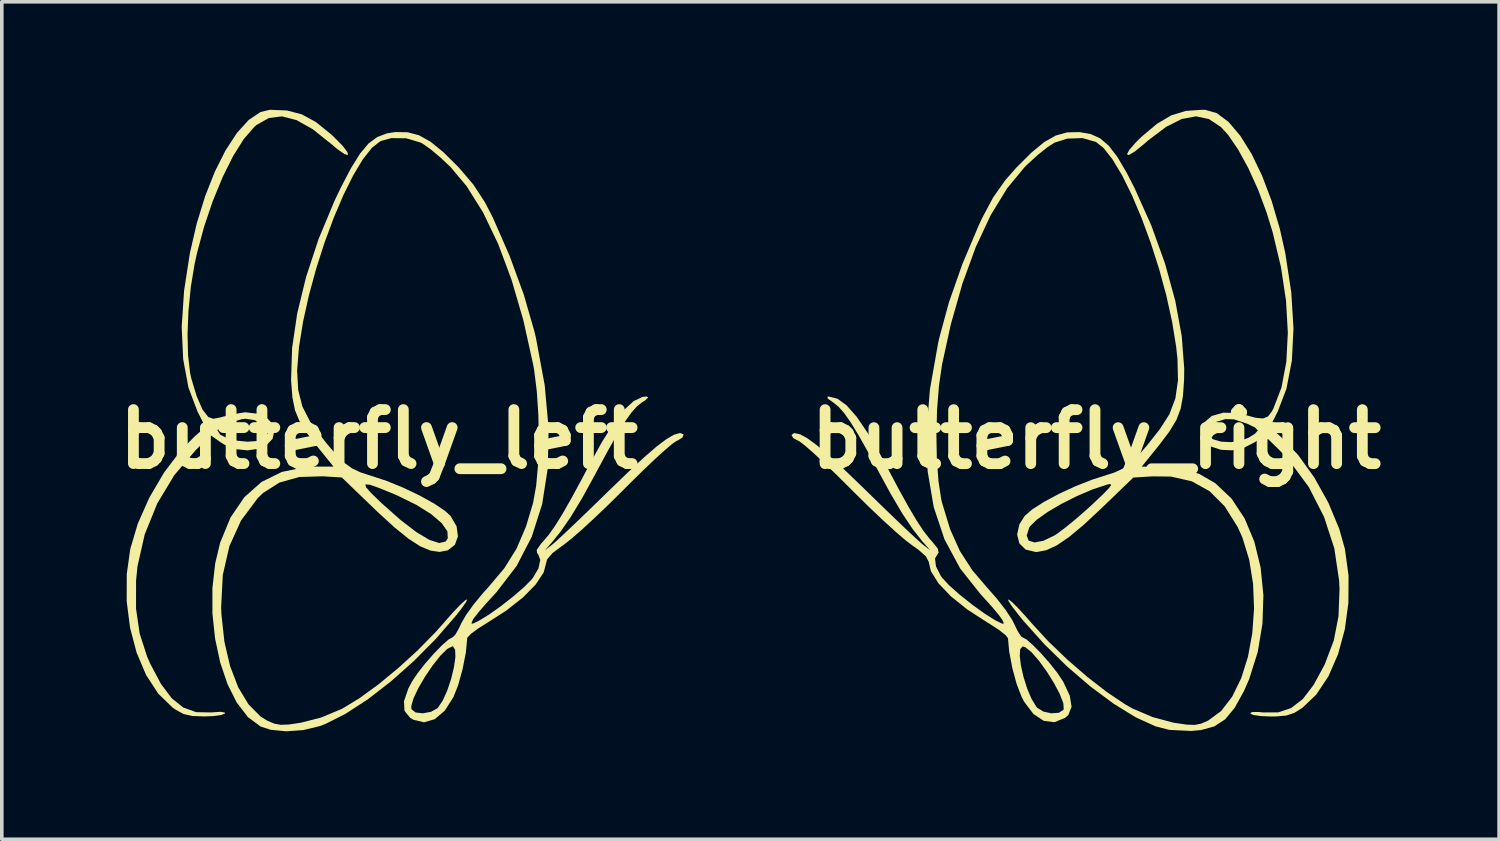
<source format=kicad_pcb>
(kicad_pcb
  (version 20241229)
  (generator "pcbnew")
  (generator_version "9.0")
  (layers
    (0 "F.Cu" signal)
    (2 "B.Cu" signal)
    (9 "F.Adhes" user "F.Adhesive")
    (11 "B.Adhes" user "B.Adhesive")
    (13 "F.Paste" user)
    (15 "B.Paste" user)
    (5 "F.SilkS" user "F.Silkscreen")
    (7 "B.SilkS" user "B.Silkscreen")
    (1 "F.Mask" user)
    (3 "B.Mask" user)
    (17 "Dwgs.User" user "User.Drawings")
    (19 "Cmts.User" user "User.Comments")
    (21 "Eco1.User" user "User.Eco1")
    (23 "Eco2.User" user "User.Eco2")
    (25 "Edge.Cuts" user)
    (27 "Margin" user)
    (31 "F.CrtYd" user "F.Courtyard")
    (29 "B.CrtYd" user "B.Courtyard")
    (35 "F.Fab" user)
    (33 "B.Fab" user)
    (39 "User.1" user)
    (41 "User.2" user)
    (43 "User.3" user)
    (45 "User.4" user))
  (footprint "butterfly_right"
    (layer "F.Cu")
    (at 27.413 9.155)
    (property "Reference" "butterfly_right" (at 0 0 0) (layer "F.SilkS") (effects (font (size 1.5 1.5) (thickness 0.3))))
    (attr board_only exclude_from_pos_files exclude_from_bom)
    (fp_poly (pts (xy 3.029 -9.153) (xy 3.349 -9.061) (xy 3.677 -8.816) (xy 4.001 -8.433) (xy 4.315 -7.93) (xy 4.608 -7.32) (xy 4.873 -6.621) (xy 5.1 -5.848) (xy 5.253 -5.168) (xy 5.419 -4.076) (xy 5.48 -3.078) (xy 5.435 -2.184) (xy 5.284 -1.403) (xy 5.043 -0.772) (xy 4.822 -0.337) (xy 5.119 -0.076) (xy 5.605 0.433) (xy 6.058 1.063) (xy 6.449 1.765) (xy 6.751 2.489) (xy 6.909 3.051) (xy 7.01 3.792) (xy 7.006 4.545) (xy 6.907 5.28) (xy 6.72 5.97) (xy 6.452 6.586) (xy 6.111 7.098) (xy 5.729 7.462) (xy 5.504 7.604) (xy 5.287 7.677) (xy 5.003 7.703) (xy 4.861 7.705) (xy 4.576 7.693) (xy 4.364 7.662) (xy 4.278 7.624) (xy 4.32 7.582) (xy 4.505 7.579) (xy 4.641 7.592) (xy 5.055 7.59) (xy 5.415 7.47) (xy 5.738 7.22) (xy 6.04 6.826) (xy 6.337 6.278) (xy 6.354 6.241) (xy 6.599 5.594) (xy 6.731 4.92) (xy 6.759 4.169) (xy 6.748 3.929) (xy 6.615 3.035) (xy 6.329 2.158) (xy 5.907 1.332) (xy 5.362 0.592) (xy 5.093 0.307) (xy 4.671 -0.106) (xy 4.406 0.082) (xy 4.094 0.242) (xy 3.77 0.309) (xy 3.461 0.293) (xy 3.196 0.206) (xy 3.003 0.059) (xy 2.91 -0.138) (xy 2.931 -0.27) (xy 3.092 -0.27) (xy 3.103 -0.115) (xy 3.242 -0.00033) (xy 3.47 0.068) (xy 3.75 0.081) (xy 4.042 0.032) (xy 4.238 -0.045) (xy 4.408 -0.152) (xy 4.487 -0.24) (xy 4.487 -0.246) (xy 4.409 -0.328) (xy 4.193 -0.431) (xy 3.869 -0.54) (xy 3.825 -0.552) (xy 3.588 -0.559) (xy 3.337 -0.483) (xy 3.145 -0.351) (xy 3.092 -0.27) (xy 2.931 -0.27) (xy 2.947 -0.373) (xy 2.998 -0.466) (xy 3.211 -0.647) (xy 3.527 -0.738) (xy 3.902 -0.73) (xy 4.103 -0.684) (xy 4.427 -0.596) (xy 4.635 -0.577) (xy 4.772 -0.633) (xy 4.88 -0.776) (xy 4.919 -0.847) (xy 5.147 -1.439) (xy 5.281 -2.151) (xy 5.323 -2.959) (xy 5.273 -3.844) (xy 5.132 -4.782) (xy 4.901 -5.752) (xy 4.732 -6.301) (xy 4.496 -6.936) (xy 4.227 -7.528) (xy 3.944 -8.046) (xy 3.664 -8.456) (xy 3.463 -8.676) (xy 3.13 -8.897) (xy 2.772 -8.972) (xy 2.378 -8.9) (xy 1.939 -8.679) (xy 1.443 -8.305) (xy 1.331 -8.207) (xy 1.064 -7.99) (xy 0.903 -7.897) (xy 0.852 -7.916) (xy 0.915 -8.036) (xy 1.096 -8.246) (xy 1.258 -8.405) (xy 1.689 -8.767) (xy 2.084 -9) (xy 2.489 -9.123) (xy 2.95 -9.155)) (stroke (width 0) (type solid)) (fill yes) (layer "F.SilkS"))
    (fp_poly (pts (xy -0.459 -8.533) (xy -0.156 -8.48) (xy 0.106 -8.361) (xy 0.346 -8.156) (xy 0.585 -7.846) (xy 0.842 -7.41) (xy 1.06 -6.987) (xy 1.53 -5.938) (xy 1.91 -4.882) (xy 2.195 -3.847) (xy 2.375 -2.862) (xy 2.444 -1.956) (xy 2.44 -1.654) (xy 2.409 -1.204) (xy 2.345 -0.848) (xy 2.226 -0.535) (xy 2.031 -0.213) (xy 1.741 0.17) (xy 1.689 0.235) (xy 1.262 0.762) (xy 1.737 0.762) (xy 2.346 0.81) (xy 2.86 0.963) (xy 3.309 1.223) (xy 3.76 1.651) (xy 4.122 2.201) (xy 4.392 2.847) (xy 4.567 3.567) (xy 4.644 4.333) (xy 4.618 5.123) (xy 4.487 5.911) (xy 4.246 6.673) (xy 4.1 7.005) (xy 3.844 7.466) (xy 3.581 7.783) (xy 3.28 7.98) (xy 2.908 8.082) (xy 2.634 8.106) (xy 2.031 8.077) (xy 1.645 7.978) (xy 1.095 7.727) (xy 0.486 7.352) (xy -0.158 6.875) (xy -0.81 6.315) (xy -1.443 5.696) (xy -2.032 5.038) (xy -2.155 4.887) (xy -2.353 4.629) (xy -2.445 4.485) (xy -2.441 4.45) (xy -2.351 4.517) (xy -2.185 4.679) (xy -1.955 4.93) (xy -1.791 5.118) (xy -1.336 5.613) (xy -0.812 6.116) (xy -0.258 6.597) (xy 0.288 7.021) (xy 0.789 7.359) (xy 1.005 7.481) (xy 1.561 7.72) (xy 2.133 7.874) (xy 2.178 7.882) (xy 2.508 7.93) (xy 2.732 7.939) (xy 2.91 7.904) (xy 3.101 7.822) (xy 3.103 7.822) (xy 3.468 7.554) (xy 3.778 7.151) (xy 4.028 6.639) (xy 4.215 6.044) (xy 4.335 5.392) (xy 4.384 4.709) (xy 4.357 4.021) (xy 4.251 3.354) (xy 4.061 2.734) (xy 3.933 2.447) (xy 3.571 1.868) (xy 3.148 1.444) (xy 2.654 1.169) (xy 2.077 1.038) (xy 1.563 1.032) (xy 1.03 1.065) (xy 0.135 1.927) (xy -0.356 2.384) (xy -0.76 2.72) (xy -1.096 2.949) (xy -1.383 3.082) (xy -1.64 3.132) (xy -1.684 3.133) (xy -1.962 3.067) (xy -2.137 2.895) (xy -2.191 2.68) (xy -1.934 2.68) (xy -1.877 2.819) (xy -1.715 2.868) (xy -1.472 2.823) (xy -1.169 2.678) (xy -1.094 2.63) (xy -0.866 2.461) (xy -0.565 2.215) (xy -0.242 1.932) (xy -0.085 1.788) (xy 0.193 1.524) (xy 0.355 1.356) (xy 0.415 1.269) (xy 0.382 1.245) (xy 0.296 1.262) (xy -0.108 1.396) (xy -0.54 1.581) (xy -0.966 1.795) (xy -1.349 2.02) (xy -1.652 2.235) (xy -1.84 2.42) (xy -1.864 2.457) (xy -1.934 2.68) (xy -2.191 2.68) (xy -2.199 2.649) (xy -2.136 2.365) (xy -1.99 2.132) (xy -1.78 1.95) (xy -1.449 1.739) (xy -1.034 1.517) (xy -0.577 1.305) (xy -0.115 1.124) (xy 0.219 1.017) (xy 0.494 0.929) (xy 0.722 0.825) (xy 0.932 0.681) (xy 1.151 0.471) (xy 1.408 0.174) (xy 1.732 -0.236) (xy 1.767 -0.282) (xy 2.033 -0.695) (xy 2.198 -1.134) (xy 2.27 -1.634) (xy 2.256 -2.232) (xy 2.22 -2.568) (xy 2.107 -3.266) (xy 1.946 -3.995) (xy 1.745 -4.733) (xy 1.513 -5.457) (xy 1.259 -6.146) (xy 0.992 -6.777) (xy 0.721 -7.327) (xy 0.453 -7.774) (xy 0.198 -8.097) (xy -0.007 -8.259) (xy -0.384 -8.368) (xy -0.809 -8.353) (xy -1.16 -8.241) (xy -1.356 -8.116) (xy -1.62 -7.905) (xy -1.903 -7.647) (xy -1.992 -7.56) (xy -2.479 -6.971) (xy -2.933 -6.228) (xy -3.348 -5.343) (xy -3.719 -4.327) (xy -4.041 -3.195) (xy -4.286 -2.074) (xy -4.371 -1.491) (xy -4.424 -0.83) (xy -4.443 -0.138) (xy -4.431 0.54) (xy -4.386 1.157) (xy -4.309 1.666) (xy -4.283 1.775) (xy -4.062 2.499) (xy -3.79 3.106) (xy -3.44 3.647) (xy -3.04 4.114) (xy -2.766 4.426) (xy -2.52 4.742) (xy -2.341 5.015) (xy -2.287 5.12) (xy -2.179 5.342) (xy -2.087 5.48) (xy -2.053 5.503) (xy -1.937 5.565) (xy -1.751 5.729) (xy -1.525 5.961) (xy -1.292 6.227) (xy -1.081 6.494) (xy -0.925 6.727) (xy -0.922 6.731) (xy -0.736 7.127) (xy -0.687 7.434) (xy -0.776 7.661) (xy -0.866 7.742) (xy -1.163 7.863) (xy -1.463 7.824) (xy -1.749 7.632) (xy -2.004 7.295) (xy -2.072 7.166) (xy -2.212 6.805) (xy -2.334 6.355) (xy -2.397 6.02) (xy -2.127 6.02) (xy -2.094 6.291) (xy -2.022 6.606) (xy -1.921 6.926) (xy -1.8 7.214) (xy -1.666 7.432) (xy -1.642 7.46) (xy -1.471 7.568) (xy -1.249 7.616) (xy -1.04 7.601) (xy -0.912 7.519) (xy -0.905 7.504) (xy -0.915 7.339) (xy -1.012 7.085) (xy -1.173 6.78) (xy -1.372 6.461) (xy -1.587 6.163) (xy -1.794 5.924) (xy -1.967 5.782) (xy -2.043 5.757) (xy -2.113 5.829) (xy -2.127 6.02) (xy -2.397 6.02) (xy -2.421 5.894) (xy -2.454 5.528) (xy -2.523 5.44) (xy -2.705 5.298) (xy -2.963 5.13) (xy -3.027 5.092) (xy -3.586 4.73) (xy -4.044 4.362) (xy -4.385 4.004) (xy -4.594 3.671) (xy -4.657 3.405) (xy -4.731 3.259) (xy -4.942 3.07) (xy -5.101 2.959) (xy -5.297 2.811) (xy -5.584 2.564) (xy -5.937 2.242) (xy -6.33 1.868) (xy -6.737 1.467) (xy -6.816 1.388) (xy -7.203 1.003) (xy -7.56 0.659) (xy -7.868 0.374) (xy -8.106 0.167) (xy -8.252 0.057) (xy -8.276 0.046) (xy -8.419 -0.03) (xy -8.469 -0.117) (xy -8.404 -0.168) (xy -8.378 -0.169) (xy -8.229 -0.136) (xy -8.031 -0.028) (xy -7.77 0.163) (xy -7.434 0.448) (xy -7.01 0.836) (xy -6.487 1.338) (xy -6.392 1.431) (xy -5.987 1.826) (xy -5.61 2.19) (xy -5.284 2.502) (xy -5.027 2.742) (xy -4.862 2.892) (xy -4.826 2.922) (xy -4.614 3.088) (xy -4.835 2.835) (xy -5.103 2.495) (xy -5.389 2.066) (xy -5.709 1.524) (xy -6.009 0.974) (xy -6.339 0.362) (xy -6.607 -0.114) (xy -6.827 -0.472) (xy -7.009 -0.731) (xy -7.166 -0.907) (xy -7.308 -1.02) (xy -7.313 -1.024) (xy -7.466 -1.132) (xy -7.468 -1.181) (xy -7.427 -1.185) (xy -7.193 -1.126) (xy -6.939 -0.942) (xy -6.66 -0.626) (xy -6.347 -0.168) (xy -5.994 0.44) (xy -5.821 0.762) (xy -5.491 1.384) (xy -5.22 1.874) (xy -4.996 2.252) (xy -4.808 2.539) (xy -4.641 2.754) (xy -4.557 2.848) (xy -4.405 3.039) (xy -4.38 3.155) (xy -4.395 3.17) (xy -4.481 3.313) (xy -4.454 3.535) (xy -4.32 3.799) (xy -4.278 3.856) (xy -4.089 4.059) (xy -3.802 4.314) (xy -3.464 4.584) (xy -3.124 4.831) (xy -2.827 5.019) (xy -2.771 5.05) (xy -2.61 5.127) (xy -2.568 5.117) (xy -2.614 5.015) (xy -2.71 4.882) (xy -2.89 4.666) (xy -3.123 4.407) (xy -3.212 4.311) (xy -3.781 3.593) (xy -4.216 2.786) (xy -4.517 1.888) (xy -4.685 0.895) (xy -4.72 -0.196) (xy -4.622 -1.387) (xy -4.393 -2.681) (xy -4.366 -2.802) (xy -4.095 -3.802) (xy -3.721 -4.867) (xy -3.266 -5.943) (xy -3.165 -6.159) (xy -2.864 -6.722) (xy -2.527 -7.199) (xy -2.227 -7.541) (xy -1.805 -7.962) (xy -1.447 -8.257) (xy -1.123 -8.44) (xy -0.807 -8.527) (xy -0.47 -8.534)) (stroke (width 0) (type solid)) (fill yes) (layer "F.SilkS")))
  (footprint "butterfly_left"
    (layer "F.Cu")
    (at 7.479 9.153)
    (property "Reference" "butterfly_left" (at 0 0 0) (layer "F.SilkS") (effects (font (size 1.5 1.5) (thickness 0.3))))
    (attr board_only exclude_from_pos_files exclude_from_bom)
    (fp_poly (pts (xy -2.555 -9.133) (xy -2.144 -9.026) (xy -1.75 -8.811) (xy -1.328 -8.47) (xy -1.258 -8.405) (xy -1.006 -8.149) (xy -0.874 -7.975) (xy -0.86 -7.895) (xy -0.957 -7.921) (xy -1.162 -8.065) (xy -1.331 -8.207) (xy -1.84 -8.613) (xy -2.29 -8.866) (xy -2.693 -8.969) (xy -3.057 -8.924) (xy -3.395 -8.734) (xy -3.463 -8.676) (xy -3.753 -8.342) (xy -4.05 -7.869) (xy -4.341 -7.285) (xy -4.615 -6.62) (xy -4.858 -5.903) (xy -5.057 -5.162) (xy -5.121 -4.868) (xy -5.226 -4.234) (xy -5.292 -3.569) (xy -5.318 -2.918) (xy -5.303 -2.325) (xy -5.246 -1.835) (xy -5.215 -1.693) (xy -5.062 -1.188) (xy -4.904 -0.826) (xy -4.743 -0.617) (xy -4.604 -0.566) (xy -4.423 -0.6) (xy -4.171 -0.665) (xy -4.103 -0.684) (xy -3.716 -0.747) (xy -3.364 -0.706) (xy -3.092 -0.57) (xy -2.998 -0.466) (xy -2.907 -0.22) (xy -2.956 -0.008) (xy -3.115 0.159) (xy -3.358 0.269) (xy -3.654 0.312) (xy -3.976 0.277) (xy -4.295 0.152) (xy -4.406 0.082) (xy -4.671 -0.106) (xy -5.093 0.307) (xy -5.685 0.999) (xy -6.162 1.792) (xy -6.509 2.651) (xy -6.71 3.542) (xy -6.748 3.929) (xy -6.749 4.712) (xy -6.648 5.404) (xy -6.437 6.053) (xy -6.354 6.241) (xy -6.058 6.799) (xy -5.756 7.201) (xy -5.435 7.459) (xy -5.077 7.586) (xy -4.667 7.594) (xy -4.641 7.592) (xy -4.394 7.576) (xy -4.279 7.599) (xy -4.278 7.624) (xy -4.383 7.666) (xy -4.606 7.695) (xy -4.861 7.705) (xy -5.19 7.692) (xy -5.424 7.639) (xy -5.637 7.525) (xy -5.729 7.462) (xy -6.131 7.073) (xy -6.468 6.555) (xy -6.732 5.935) (xy -6.915 5.241) (xy -7.009 4.504) (xy -7.007 3.751) (xy -6.909 3.051) (xy -6.699 2.344) (xy -6.377 1.62) (xy -5.971 0.929) (xy -5.509 0.319) (xy -5.119 -0.076) (xy -4.925 -0.246) (xy -4.487 -0.246) (xy -4.411 -0.125) (xy -4.214 -0.026) (xy -3.945 0.042) (xy -3.652 0.071) (xy -3.383 0.052) (xy -3.187 -0.023) (xy -3.084 -0.173) (xy -3.092 -0.27) (xy -3.226 -0.419) (xy -3.456 -0.528) (xy -3.709 -0.568) (xy -3.825 -0.552) (xy -4.159 -0.444) (xy -4.389 -0.34) (xy -4.486 -0.255) (xy -4.487 -0.246) (xy -4.925 -0.246) (xy -4.822 -0.337) (xy -5.043 -0.772) (xy -5.293 -1.434) (xy -5.439 -2.22) (xy -5.48 -3.119) (xy -5.414 -4.122) (xy -5.253 -5.168) (xy -5.063 -5.99) (xy -4.829 -6.751) (xy -4.558 -7.436) (xy -4.26 -8.027) (xy -3.944 -8.511) (xy -3.618 -8.87) (xy -3.292 -9.089) (xy -3.029 -9.153)) (stroke (width 0) (type solid)) (fill yes) (layer "F.SilkS"))
    (fp_poly (pts (xy 0.797 -8.528) (xy 1.113 -8.444) (xy 1.436 -8.264) (xy 1.793 -7.973) (xy 2.213 -7.556) (xy 2.227 -7.541) (xy 2.625 -7.073) (xy 2.947 -6.581) (xy 3.165 -6.159) (xy 3.634 -5.087) (xy 4.026 -4.016) (xy 4.32 -2.998) (xy 4.366 -2.802) (xy 4.607 -1.498) (xy 4.716 -0.298) (xy 4.693 0.802) (xy 4.537 1.803) (xy 4.248 2.71) (xy 3.826 3.525) (xy 3.268 4.251) (xy 3.212 4.311) (xy 2.97 4.576) (xy 2.767 4.812) (xy 2.637 4.979) (xy 2.614 5.015) (xy 2.568 5.118) (xy 2.611 5.127) (xy 2.771 5.05) (xy 3.051 4.88) (xy 3.386 4.643) (xy 3.728 4.375) (xy 4.031 4.114) (xy 4.246 3.896) (xy 4.278 3.856) (xy 4.434 3.59) (xy 4.484 3.355) (xy 4.423 3.192) (xy 4.395 3.17) (xy 4.386 3.077) (xy 4.506 2.904) (xy 4.557 2.848) (xy 4.716 2.662) (xy 4.891 2.416) (xy 5.094 2.09) (xy 5.338 1.663) (xy 5.635 1.115) (xy 5.821 0.762) (xy 6.194 0.085) (xy 6.524 -0.439) (xy 6.818 -0.818) (xy 7.082 -1.06) (xy 7.324 -1.173) (xy 7.427 -1.185) (xy 7.485 -1.159) (xy 7.395 -1.076) (xy 7.313 -1.024) (xy 7.172 -0.914) (xy 7.018 -0.741) (xy 6.838 -0.488) (xy 6.622 -0.137) (xy 6.358 0.331) (xy 6.033 0.933) (xy 6.012 0.974) (xy 5.65 1.633) (xy 5.333 2.158) (xy 5.045 2.574) (xy 4.835 2.835) (xy 4.614 3.088) (xy 4.826 2.922) (xy 4.947 2.816) (xy 5.169 2.61) (xy 5.469 2.325) (xy 5.827 1.981) (xy 6.223 1.596) (xy 6.392 1.431) (xy 6.933 0.91) (xy 7.371 0.503) (xy 7.72 0.202) (xy 7.993 -0.003) (xy 8.201 -0.124) (xy 8.357 -0.168) (xy 8.378 -0.169) (xy 8.466 -0.131) (xy 8.435 -0.047) (xy 8.308 0.035) (xy 8.276 0.046) (xy 8.162 0.122) (xy 7.95 0.301) (xy 7.661 0.563) (xy 7.317 0.892) (xy 6.937 1.266) (xy 6.816 1.388) (xy 6.408 1.792) (xy 6.01 2.173) (xy 5.648 2.507) (xy 5.346 2.77) (xy 5.131 2.939) (xy 5.101 2.959) (xy 4.828 3.162) (xy 4.678 3.334) (xy 4.657 3.405) (xy 4.579 3.703) (xy 4.356 4.039) (xy 4.003 4.399) (xy 3.534 4.767) (xy 3.027 5.092) (xy 2.756 5.262) (xy 2.555 5.412) (xy 2.457 5.515) (xy 2.454 5.528) (xy 2.416 5.929) (xy 2.325 6.392) (xy 2.201 6.839) (xy 2.072 7.166) (xy 1.83 7.545) (xy 1.552 7.781) (xy 1.255 7.868) (xy 0.955 7.796) (xy 0.866 7.742) (xy 0.712 7.551) (xy 0.704 7.421) (xy 0.898 7.421) (xy 0.905 7.504) (xy 1.019 7.595) (xy 1.221 7.618) (xy 1.445 7.577) (xy 1.626 7.477) (xy 1.642 7.46) (xy 1.777 7.258) (xy 1.901 6.98) (xy 2.007 6.662) (xy 2.084 6.344) (xy 2.125 6.062) (xy 2.119 5.855) (xy 2.059 5.76) (xy 2.043 5.757) (xy 1.899 5.828) (xy 1.709 6.016) (xy 1.496 6.284) (xy 1.284 6.596) (xy 1.098 6.913) (xy 0.962 7.201) (xy 0.898 7.421) (xy 0.704 7.421) (xy 0.696 7.284) (xy 0.817 6.931) (xy 0.922 6.731) (xy 1.078 6.499) (xy 1.287 6.233) (xy 1.521 5.966) (xy 1.747 5.733) (xy 1.934 5.568) (xy 2.052 5.503) (xy 2.053 5.503) (xy 2.124 5.432) (xy 2.226 5.252) (xy 2.287 5.12) (xy 2.419 4.889) (xy 2.635 4.589) (xy 2.9 4.268) (xy 3.04 4.114) (xy 3.483 3.59) (xy 3.823 3.045) (xy 4.088 2.427) (xy 4.283 1.775) (xy 4.369 1.302) (xy 4.422 0.709) (xy 4.443 0.042) (xy 4.432 -0.651) (xy 4.388 -1.325) (xy 4.312 -1.932) (xy 4.286 -2.074) (xy 4.014 -3.303) (xy 3.687 -4.425) (xy 3.312 -5.429) (xy 2.893 -6.302) (xy 2.436 -7.031) (xy 1.992 -7.56) (xy 1.712 -7.824) (xy 1.437 -8.055) (xy 1.213 -8.212) (xy 1.16 -8.241) (xy 0.759 -8.36) (xy 0.343 -8.365) (xy 0.048 -8.284) (xy -0.189 -8.103) (xy -0.446 -7.777) (xy -0.716 -7.327) (xy -0.989 -6.777) (xy -1.257 -6.147) (xy -1.512 -5.459) (xy -1.744 -4.735) (xy -1.945 -3.998) (xy -2.107 -3.268) (xy -2.22 -2.568) (xy -2.273 -1.91) (xy -2.244 -1.367) (xy -2.125 -0.903) (xy -1.909 -0.482) (xy -1.767 -0.282) (xy -1.435 0.14) (xy -1.173 0.447) (xy -0.951 0.664) (xy -0.742 0.814) (xy -0.517 0.921) (xy -0.248 1.008) (xy -0.219 1.017) (xy 0.219 1.162) (xy 0.684 1.352) (xy 1.135 1.568) (xy 1.534 1.789) (xy 1.841 1.996) (xy 1.99 2.132) (xy 2.159 2.422) (xy 2.196 2.702) (xy 2.111 2.936) (xy 1.915 3.09) (xy 1.684 3.133) (xy 1.431 3.096) (xy 1.151 2.979) (xy 0.825 2.769) (xy 0.434 2.453) (xy -0.04 2.019) (xy -0.135 1.927) (xy -0.833 1.256) (xy -0.375 1.256) (xy -0.362 1.33) (xy -0.219 1.495) (xy 0.049 1.754) (xy 0.085 1.788) (xy 0.602 2.246) (xy 1.043 2.584) (xy 1.403 2.799) (xy 1.676 2.886) (xy 1.855 2.844) (xy 1.914 2.758) (xy 1.903 2.561) (xy 1.743 2.332) (xy 1.45 2.082) (xy 1.039 1.825) (xy 0.525 1.572) (xy 0.423 1.528) (xy 0.012 1.359) (xy -0.252 1.267) (xy -0.375 1.256) (xy -0.833 1.256) (xy -1.03 1.065) (xy -1.563 1.032) (xy -2.212 1.052) (xy -2.761 1.205) (xy -3.216 1.493) (xy -3.37 1.642) (xy -3.832 2.263) (xy -4.154 2.972) (xy -4.338 3.774) (xy -4.384 4.671) (xy -4.376 4.868) (xy -4.294 5.626) (xy -4.135 6.308) (xy -3.909 6.897) (xy -3.623 7.37) (xy -3.287 7.709) (xy -3.103 7.822) (xy -2.911 7.904) (xy -2.733 7.938) (xy -2.51 7.93) (xy -2.181 7.882) (xy -2.178 7.882) (xy -1.61 7.737) (xy -1.048 7.503) (xy -1.005 7.481) (xy -0.539 7.198) (xy -0.01 6.812) (xy 0.545 6.354) (xy 1.088 5.858) (xy 1.581 5.355) (xy 1.791 5.118) (xy 2.055 4.818) (xy 2.261 4.603) (xy 2.397 4.478) (xy 2.454 4.452) (xy 2.42 4.53) (xy 2.286 4.719) (xy 2.155 4.887) (xy 1.586 5.545) (xy 0.967 6.169) (xy 0.325 6.739) (xy -0.315 7.234) (xy -0.928 7.632) (xy -1.486 7.914) (xy -1.645 7.974) (xy -2.1 8.084) (xy -2.574 8.118) (xy -3.007 8.076) (xy -3.287 7.986) (xy -3.64 7.723) (xy -3.949 7.322) (xy -4.207 6.808) (xy -4.41 6.207) (xy -4.552 5.545) (xy -4.626 4.848) (xy -4.627 4.141) (xy -4.549 3.451) (xy -4.411 2.875) (xy -4.122 2.174) (xy -3.738 1.612) (xy -3.263 1.19) (xy -2.697 0.911) (xy -2.043 0.775) (xy -1.737 0.762) (xy -1.262 0.762) (xy -1.689 0.235) (xy -1.995 -0.162) (xy -2.202 -0.489) (xy -2.331 -0.8) (xy -2.402 -1.147) (xy -2.437 -1.58) (xy -2.44 -1.654) (xy -2.413 -2.525) (xy -2.272 -3.485) (xy -2.024 -4.505) (xy -1.678 -5.556) (xy -1.239 -6.611) (xy -1.06 -6.987) (xy -0.776 -7.53) (xy -0.525 -7.933) (xy -0.288 -8.216) (xy -0.044 -8.397) (xy 0.227 -8.498) (xy 0.459 -8.533)) (stroke (width 0) (type solid)) (fill yes) (layer "F.SilkS")))
  (gr_rect
    (start -3 -3)
    (end 38.606 20.271)
    (stroke (width 0.1) (type default))
    (fill no)
    (layer "Edge.Cuts")))
</source>
